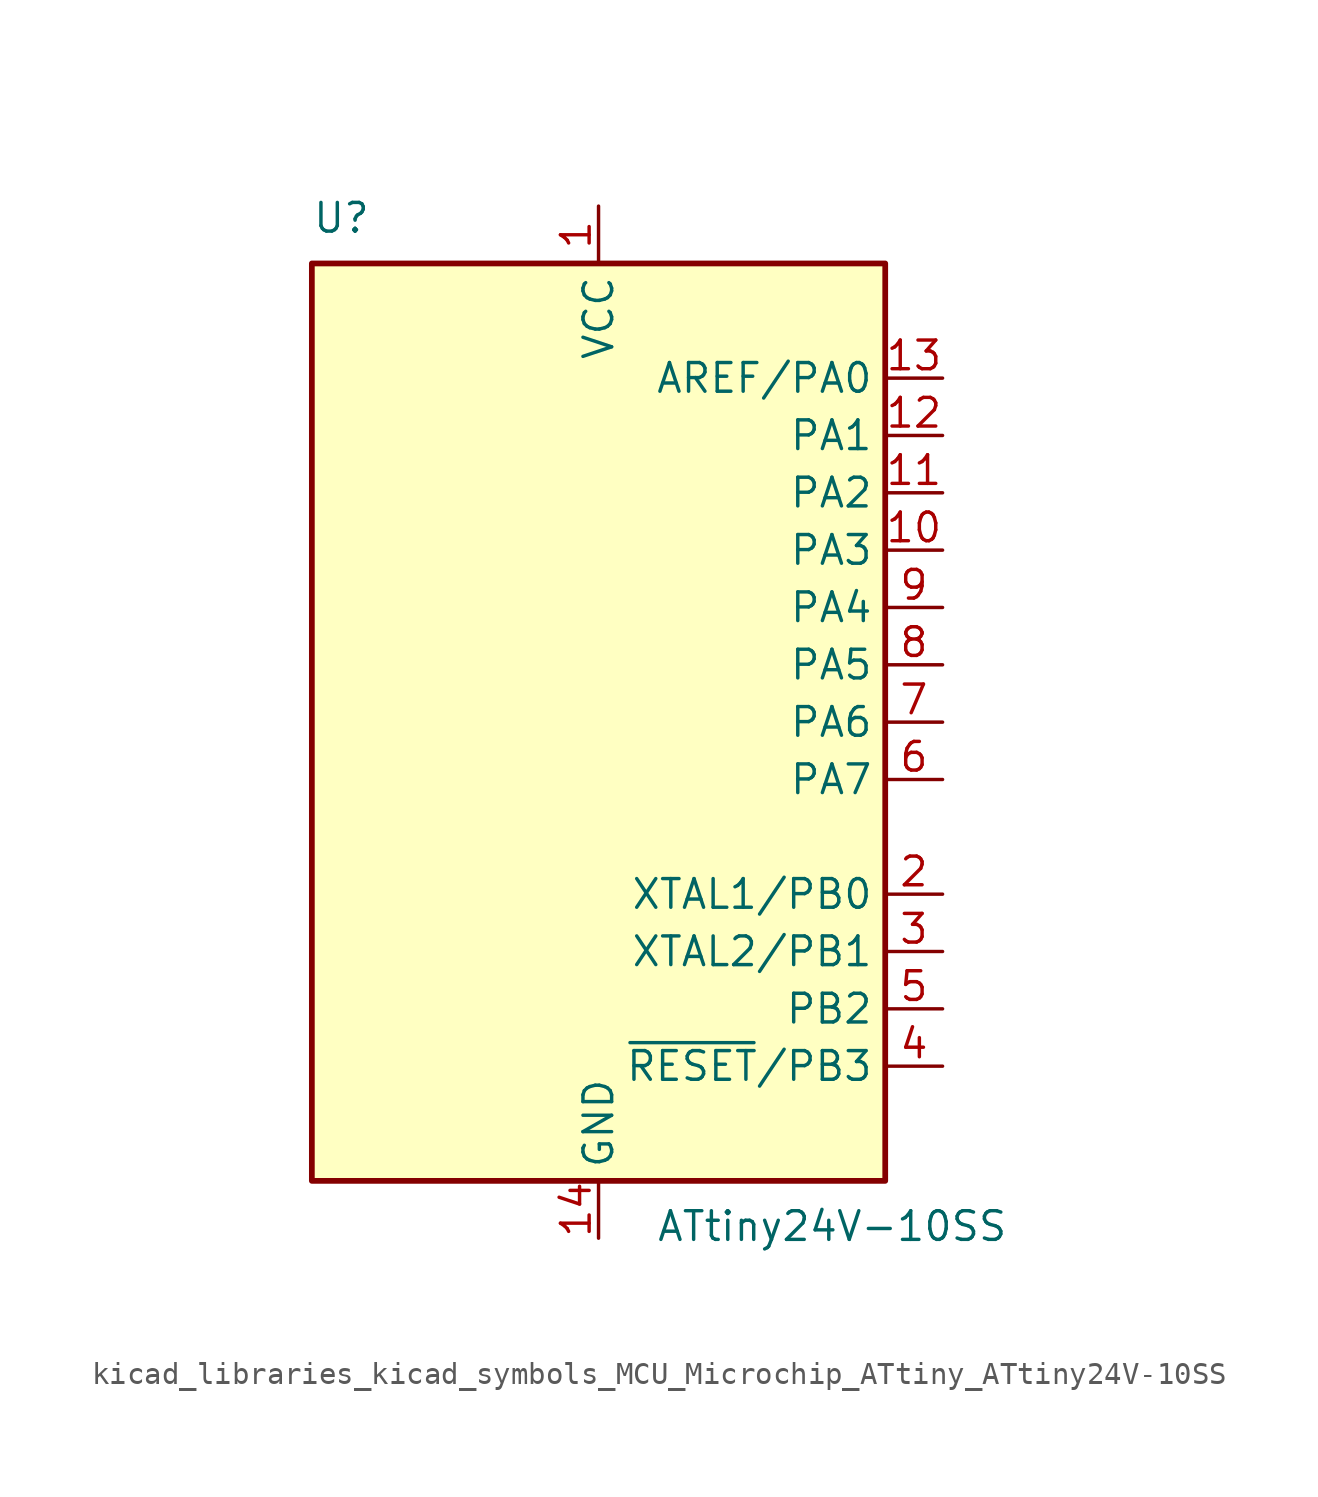
<source format=kicad_sym>
(kicad_symbol_lib
  (version 20220914)
  (generator kicad_symbol_editor)
  (symbol "kicad_libraries_kicad_symbols_MCU_Microchip_ATtiny_ATtiny24V-10SS"
    (property "Reference" "U"
      (at -12.7 21.59 0)
      (effects (font (size 1.27 1.27)) (justify left bottom)))
    (property "Value" "ATtiny24V-10SS"
      (at 2.54 -21.59 0)
      (effects (font (size 1.27 1.27)) (justify left top)))
    (symbol "kicad_libraries_kicad_symbols_MCU_Microchip_ATtiny_ATtiny24V-10SS_0_1"
      (rectangle (start -12.7 -20.32) (end 12.7 20.32) (stroke (width 0.254) (type default)) (fill (type background))))
    (symbol "kicad_libraries_kicad_symbols_MCU_Microchip_ATtiny_ATtiny24V-10SS_1_1"
      (pin power_in line (at 0 22.86 270) (length 2.54) (name "VCC" (effects (font (size 1.27 1.27)))) (number "1" (effects (font (size 1.27 1.27)))))
      (pin bidirectional line (at 15.24 7.62 180) (length 2.54) (name "PA3" (effects (font (size 1.27 1.27)))) (number "10" (effects (font (size 1.27 1.27)))))
      (pin bidirectional line (at 15.24 10.16 180) (length 2.54) (name "PA2" (effects (font (size 1.27 1.27)))) (number "11" (effects (font (size 1.27 1.27)))))
      (pin bidirectional line (at 15.24 12.7 180) (length 2.54) (name "PA1" (effects (font (size 1.27 1.27)))) (number "12" (effects (font (size 1.27 1.27)))))
      (pin bidirectional line (at 15.24 15.24 180) (length 2.54) (name "AREF/PA0" (effects (font (size 1.27 1.27)))) (number "13" (effects (font (size 1.27 1.27)))))
      (pin power_in line (at 0 -22.86 90) (length 2.54) (name "GND" (effects (font (size 1.27 1.27)))) (number "14" (effects (font (size 1.27 1.27)))))
      (pin bidirectional line (at 15.24 -7.62 180) (length 2.54) (name "XTAL1/PB0" (effects (font (size 1.27 1.27)))) (number "2" (effects (font (size 1.27 1.27)))))
      (pin bidirectional line (at 15.24 -10.16 180) (length 2.54) (name "XTAL2/PB1" (effects (font (size 1.27 1.27)))) (number "3" (effects (font (size 1.27 1.27)))))
      (pin bidirectional line (at 15.24 -15.24 180) (length 2.54) (name "~{RESET}/PB3" (effects (font (size 1.27 1.27)))) (number "4" (effects (font (size 1.27 1.27)))))
      (pin bidirectional line (at 15.24 -12.7 180) (length 2.54) (name "PB2" (effects (font (size 1.27 1.27)))) (number "5" (effects (font (size 1.27 1.27)))))
      (pin bidirectional line (at 15.24 -2.54 180) (length 2.54) (name "PA7" (effects (font (size 1.27 1.27)))) (number "6" (effects (font (size 1.27 1.27)))))
      (pin bidirectional line (at 15.24 0 180) (length 2.54) (name "PA6" (effects (font (size 1.27 1.27)))) (number "7" (effects (font (size 1.27 1.27)))))
      (pin bidirectional line (at 15.24 2.54 180) (length 2.54) (name "PA5" (effects (font (size 1.27 1.27)))) (number "8" (effects (font (size 1.27 1.27)))))
      (pin bidirectional line (at 15.24 5.08 180) (length 2.54) (name "PA4" (effects (font (size 1.27 1.27)))) (number "9" (effects (font (size 1.27 1.27))))))))
</source>
